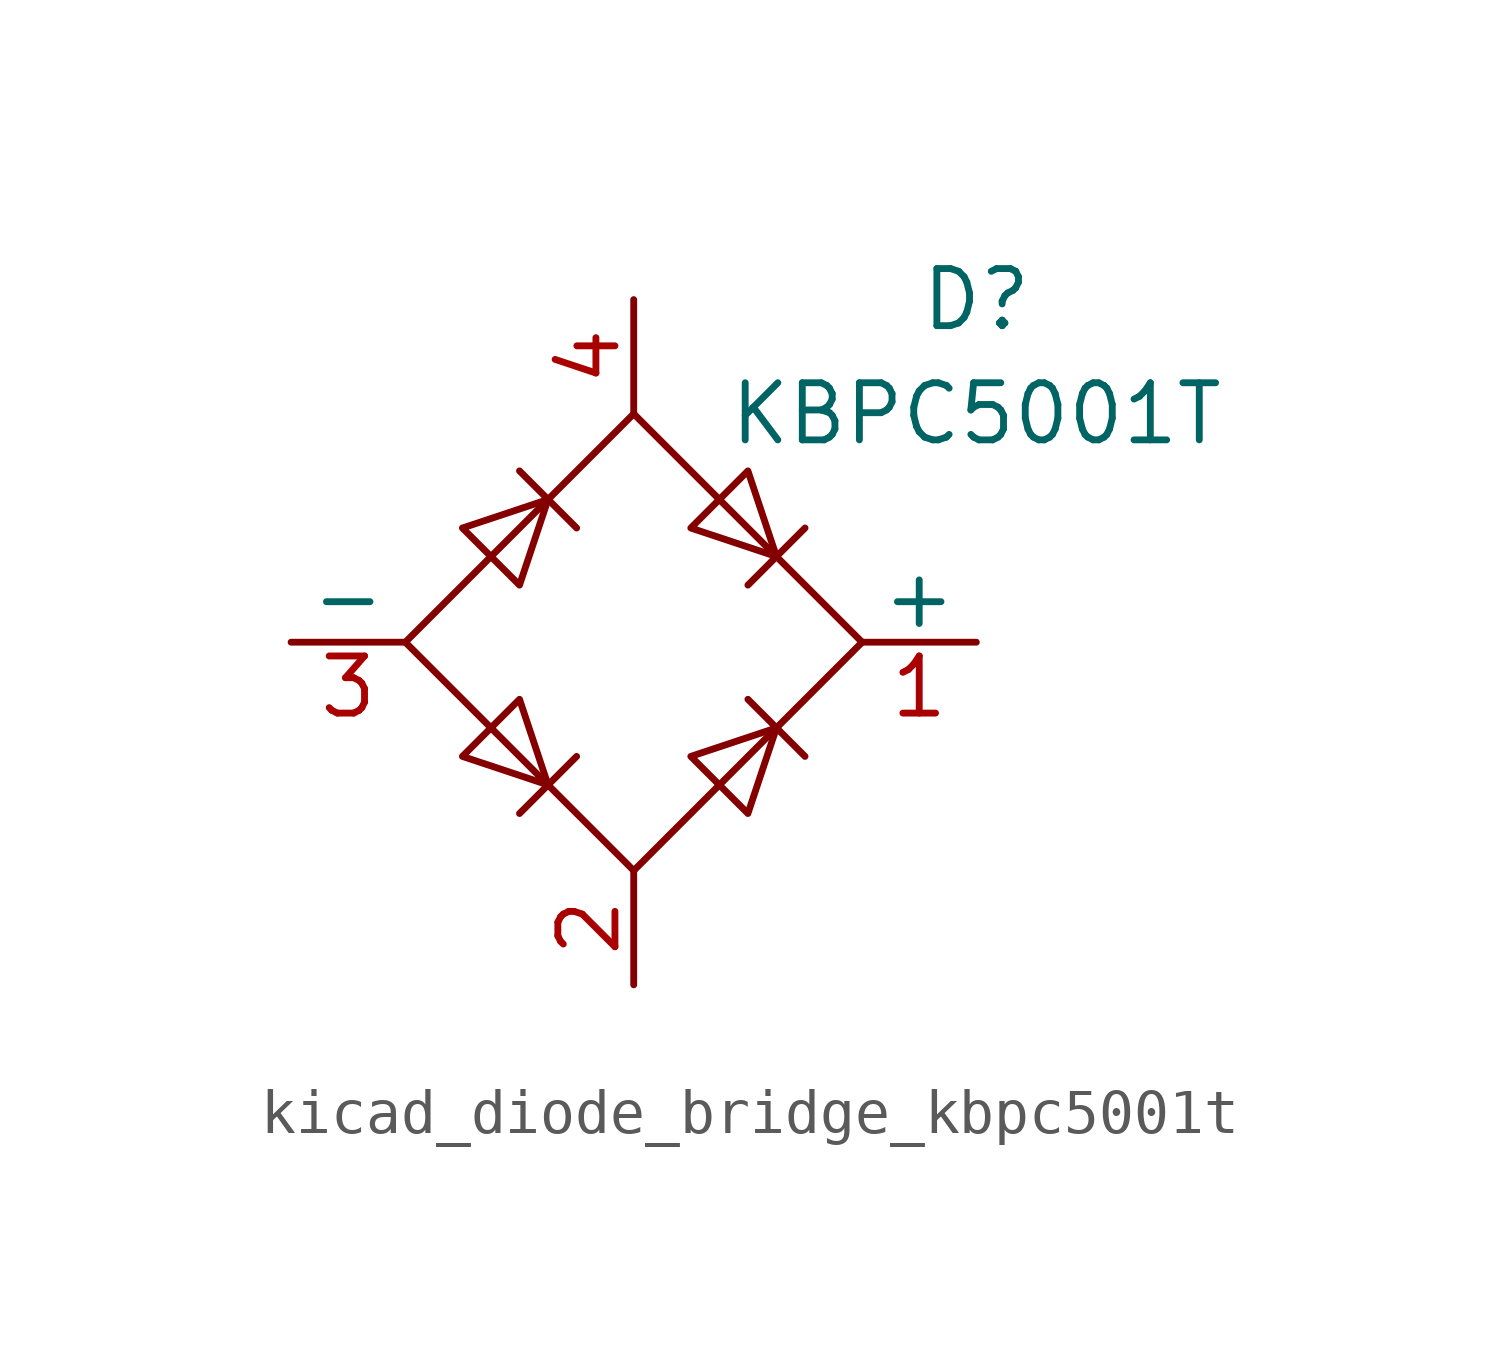
<source format=kicad_sym>
(kicad_symbol_lib
  (version 20220914)
  (generator kicad_symbol_editor)
  (symbol "kicad_diode_bridge_kbpc5001t"
    (pin_names
      (offset 0))
    (property "Reference" "D"
      (at 7.62 7.62 0)
      (effects (font (size 1.27 1.27))))
    (property "Value" "KBPC5001T"
      (at 7.62 5.08 0)
      (effects (font (size 1.27 1.27))))
    (symbol "kicad_diode_bridge_kbpc5001t_0_1"
      (polyline (pts (xy -2.54 3.81) (xy -1.27 2.54)) (stroke (width 0) (type default)) (fill (type none)))
      (polyline (pts (xy -1.27 -2.54) (xy -2.54 -3.81)) (stroke (width 0) (type default)) (fill (type none)))
      (polyline (pts (xy 2.54 -1.27) (xy 3.81 -2.54)) (stroke (width 0) (type default)) (fill (type none)))
      (polyline (pts (xy 2.54 1.27) (xy 3.81 2.54)) (stroke (width 0) (type default)) (fill (type none)))
      (polyline (pts (xy -3.81 2.54) (xy -2.54 1.27) (xy -1.905 3.175) (xy -3.81 2.54)) (stroke (width 0) (type default)) (fill (type none)))
      (polyline (pts (xy -2.54 -1.27) (xy -3.81 -2.54) (xy -1.905 -3.175) (xy -2.54 -1.27)) (stroke (width 0) (type default)) (fill (type none)))
      (polyline (pts (xy 1.27 2.54) (xy 2.54 3.81) (xy 3.175 1.905) (xy 1.27 2.54)) (stroke (width 0) (type default)) (fill (type none)))
      (polyline (pts (xy 3.175 -1.905) (xy 1.27 -2.54) (xy 2.54 -3.81) (xy 3.175 -1.905)) (stroke (width 0) (type default)) (fill (type none)))
      (polyline (pts (xy -5.08 0) (xy 0 -5.08) (xy 5.08 0) (xy 0 5.08) (xy -5.08 0)) (stroke (width 0) (type default)) (fill (type none))))
    (symbol "kicad_diode_bridge_kbpc5001t_1_1"
      (pin passive line (at 7.62 0 180) (length 2.54) (name "+" (effects (font (size 1.27 1.27)))) (number "1" (effects (font (size 1.27 1.27)))))
      (pin passive line (at 0 -7.62 90) (length 2.54) (name "~" (effects (font (size 1.27 1.27)))) (number "2" (effects (font (size 1.27 1.27)))))
      (pin passive line (at -7.62 0 0) (length 2.54) (name "-" (effects (font (size 1.27 1.27)))) (number "3" (effects (font (size 1.27 1.27)))))
      (pin passive line (at 0 7.62 270) (length 2.54) (name "~" (effects (font (size 1.27 1.27)))) (number "4" (effects (font (size 1.27 1.27))))))))
</source>
